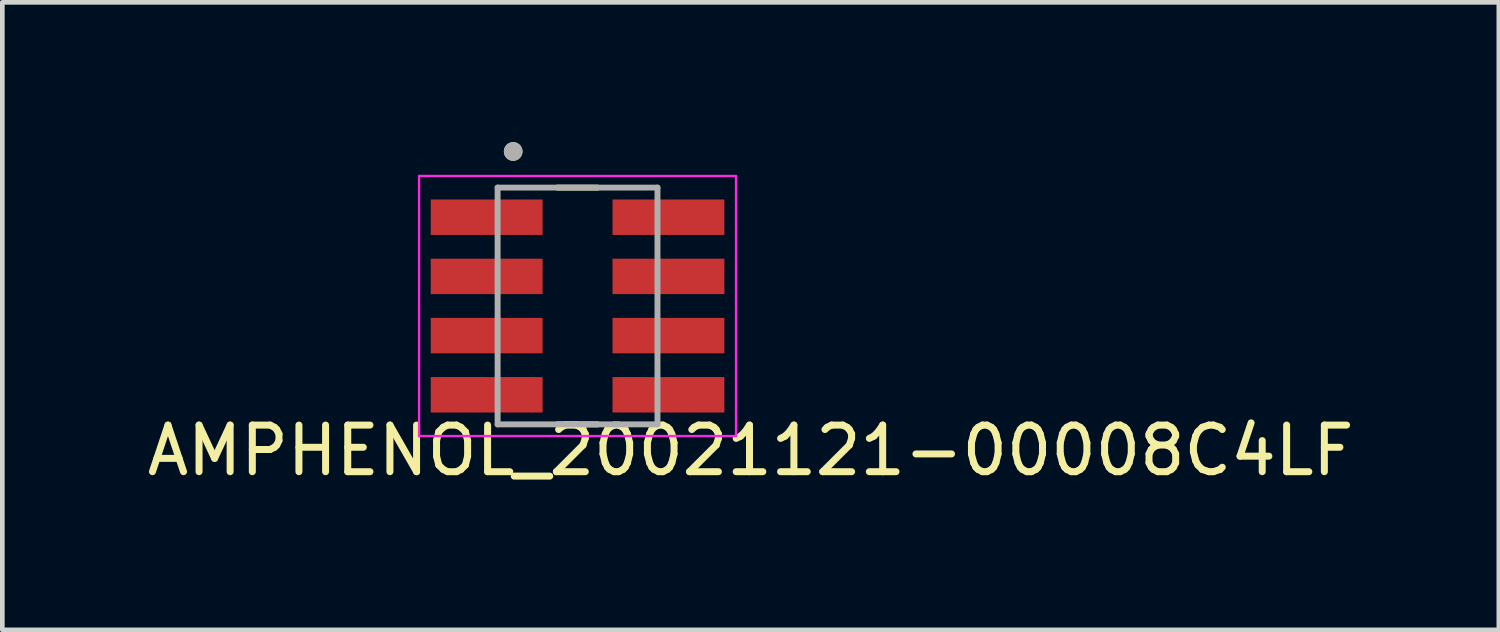
<source format=kicad_pcb>
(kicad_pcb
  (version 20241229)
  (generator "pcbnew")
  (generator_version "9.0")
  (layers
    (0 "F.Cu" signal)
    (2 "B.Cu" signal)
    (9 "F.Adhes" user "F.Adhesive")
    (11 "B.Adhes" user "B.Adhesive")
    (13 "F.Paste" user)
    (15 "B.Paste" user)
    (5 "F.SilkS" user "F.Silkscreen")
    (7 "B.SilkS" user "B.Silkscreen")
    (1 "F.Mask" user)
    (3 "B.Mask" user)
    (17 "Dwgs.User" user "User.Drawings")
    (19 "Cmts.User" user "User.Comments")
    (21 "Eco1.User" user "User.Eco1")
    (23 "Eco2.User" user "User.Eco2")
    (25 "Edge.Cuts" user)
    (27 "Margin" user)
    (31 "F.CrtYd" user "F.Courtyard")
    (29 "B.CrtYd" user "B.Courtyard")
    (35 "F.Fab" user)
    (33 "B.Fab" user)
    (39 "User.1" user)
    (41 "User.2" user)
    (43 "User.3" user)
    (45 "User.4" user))
  (footprint "AMPHENOL_20021121-00008C4LF"
    (layer "F.Cu")
    (at 9.404 3.515)
    (property "Reference" "AMPHENOL_20021121-00008C4LF" (at 3.65 3.1 0) (layer "F.SilkS") (effects (font (size 1 1) (thickness 0.15))))
    (attr smd)
    (fp_line (start -0.493 -2.54) (end 0.367 -2.54) (stroke (width 0.127) (type solid)) (layer "F.SilkS"))
    (fp_line (start 0.367 2.54) (end -0.493 2.54) (stroke (width 0.127) (type solid)) (layer "F.SilkS"))
    (fp_circle (center -1.444 -3.315) (end -1.444 -3.215) (stroke (width 0.2) (type solid)) (fill no) (layer "F.SilkS"))
    (fp_line (start -3.463 -2.79) (end 3.337 -2.79) (stroke (width 0.05) (type solid)) (layer "F.CrtYd"))
    (fp_line (start -3.463 2.79) (end -3.463 -2.79) (stroke (width 0.05) (type solid)) (layer "F.CrtYd"))
    (fp_line (start 3.337 -2.79) (end 3.337 2.79) (stroke (width 0.05) (type solid)) (layer "F.CrtYd"))
    (fp_line (start 3.337 2.79) (end -3.463 2.79) (stroke (width 0.05) (type solid)) (layer "F.CrtYd"))
    (fp_line (start -1.778 -2.54) (end -1.778 2.54) (stroke (width 0.127) (type solid)) (layer "F.Fab"))
    (fp_line (start -1.778 -2.54) (end 1.652 -2.54) (stroke (width 0.127) (type solid)) (layer "F.Fab"))
    (fp_line (start 1.652 -2.54) (end 1.652 2.54) (stroke (width 0.127) (type solid)) (layer "F.Fab"))
    (fp_line (start 1.652 2.54) (end -1.778 2.54) (stroke (width 0.127) (type solid)) (layer "F.Fab"))
    (fp_circle (center -1.444 -3.315) (end -1.444 -3.215) (stroke (width 0.2) (type solid)) (fill no) (layer "F.Fab"))
    (pad "1" smd rect (at -2.013 -1.905 270) (size 0.76 2.4) (layers "F.Cu" "F.Mask" "F.Paste"))
    (pad "2" smd rect (at -2.013 -0.635 270) (size 0.76 2.4) (layers "F.Cu" "F.Mask" "F.Paste"))
    (pad "3" smd rect (at -2.013 0.635 270) (size 0.76 2.4) (layers "F.Cu" "F.Mask" "F.Paste"))
    (pad "4" smd rect (at -2.013 1.905 270) (size 0.76 2.4) (layers "F.Cu" "F.Mask" "F.Paste"))
    (pad "5" smd rect (at 1.887 1.905 270) (size 0.76 2.4) (layers "F.Cu" "F.Mask" "F.Paste"))
    (pad "6" smd rect (at 1.887 0.635 270) (size 0.76 2.4) (layers "F.Cu" "F.Mask" "F.Paste"))
    (pad "7" smd rect (at 1.887 -0.635 270) (size 0.76 2.4) (layers "F.Cu" "F.Mask" "F.Paste"))
    (pad "8" smd rect (at 1.887 -1.905 270) (size 0.76 2.4) (layers "F.Cu" "F.Mask" "F.Paste")))
  (gr_rect
    (start -3 -3)
    (end 29.107 10.463)
    (stroke (width 0.1) (type default))
    (fill no)
    (layer "Edge.Cuts")))
</source>
